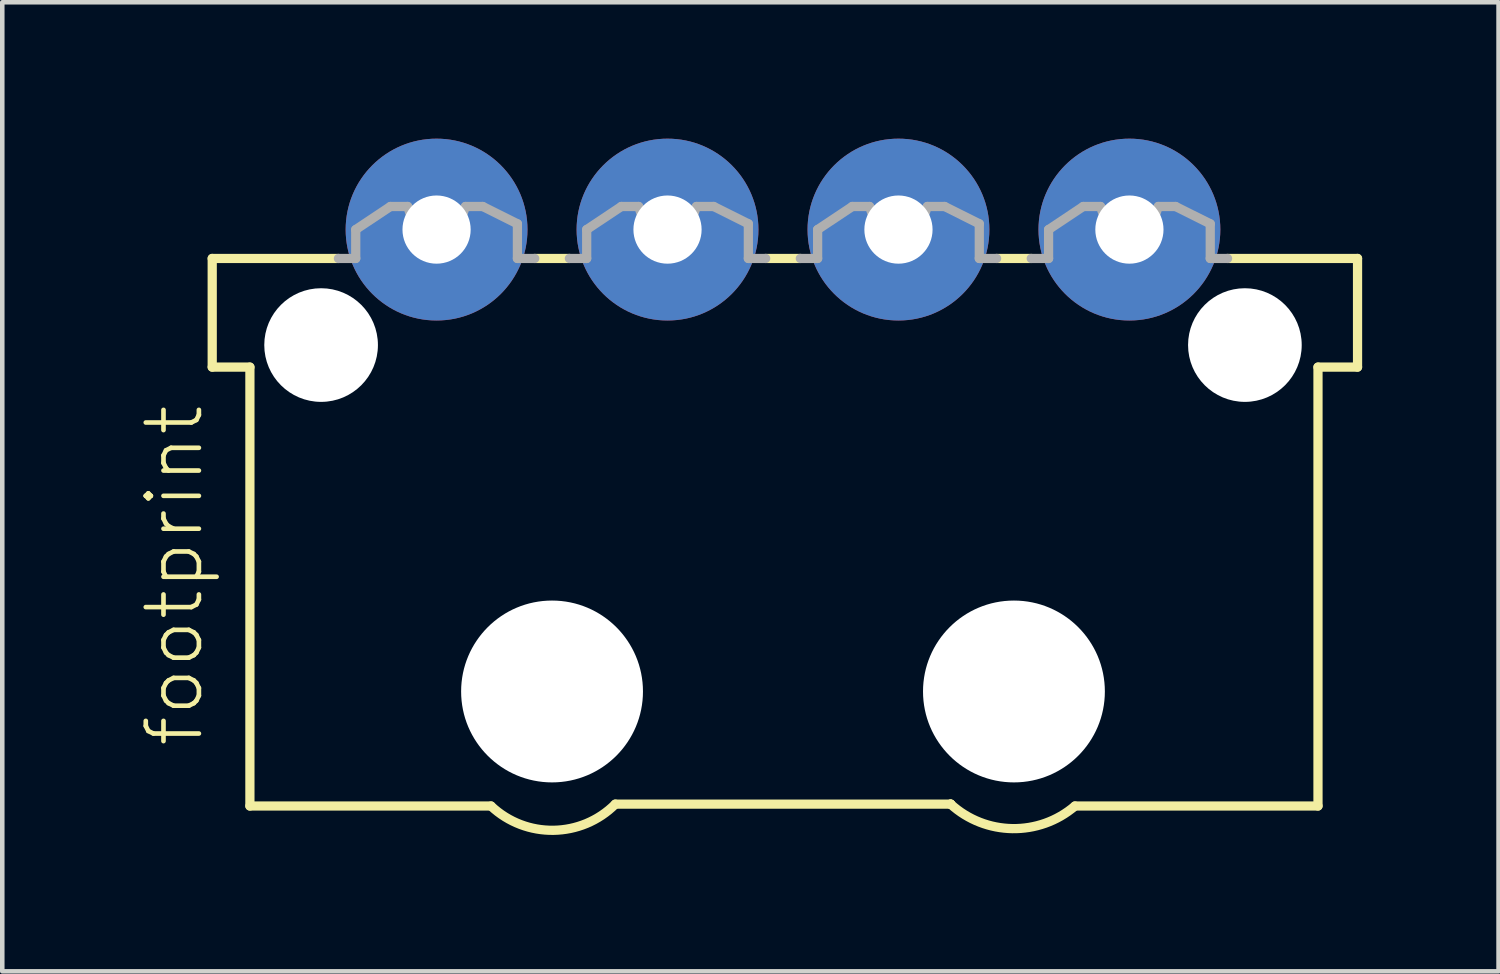
<source format=kicad_pcb>
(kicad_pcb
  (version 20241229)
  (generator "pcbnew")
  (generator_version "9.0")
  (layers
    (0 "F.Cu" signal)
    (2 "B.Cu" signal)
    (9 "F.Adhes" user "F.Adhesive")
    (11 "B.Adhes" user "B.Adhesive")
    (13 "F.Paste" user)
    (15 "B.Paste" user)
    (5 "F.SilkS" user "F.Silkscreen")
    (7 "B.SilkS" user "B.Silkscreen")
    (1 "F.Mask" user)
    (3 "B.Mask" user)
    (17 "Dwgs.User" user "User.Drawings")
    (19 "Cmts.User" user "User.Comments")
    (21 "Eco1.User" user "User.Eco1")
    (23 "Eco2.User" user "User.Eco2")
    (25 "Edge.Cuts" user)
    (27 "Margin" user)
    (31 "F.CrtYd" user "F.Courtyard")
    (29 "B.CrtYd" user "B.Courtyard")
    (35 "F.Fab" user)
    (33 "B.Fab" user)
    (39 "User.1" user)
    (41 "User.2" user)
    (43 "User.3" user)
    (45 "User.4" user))
  (footprint "footprint"
    (layer "F.Cu")
    (at 14.173 2)
    (property "Reference" "footprint" (at -12.7 11.43 90) (layer "F.SilkS") (effects (font (size 1.168 1.168) (thickness 0.102)) (justify left bottom)))
    (fp_line (start -12.555 3.025) (end -12.555 0.635) (stroke (width 0.203) (type solid)) (layer "F.SilkS"))
    (fp_line (start -11.726 3.025) (end -12.555 3.025) (stroke (width 0.203) (type solid)) (layer "F.SilkS"))
    (fp_line (start -11.726 12.679) (end -11.726 3.025) (stroke (width 0.203) (type solid)) (layer "F.SilkS"))
    (fp_line (start -9.779 0.635) (end -12.555 0.635) (stroke (width 0.203) (type solid)) (layer "F.SilkS"))
    (fp_line (start -6.423 12.679) (end -11.726 12.679) (stroke (width 0.203) (type solid)) (layer "F.SilkS"))
    (fp_line (start -4.699 0.635) (end -5.461 0.635) (stroke (width 0.203) (type solid)) (layer "F.SilkS"))
    (fp_line (start 0.381 0.635) (end -0.381 0.635) (stroke (width 0.203) (type solid)) (layer "F.SilkS"))
    (fp_line (start 3.688 12.638) (end 3.688 12.638) (stroke (width 0.203) (type solid)) (layer "F.SilkS"))
    (fp_line (start 3.688 12.638) (end -3.688 12.638) (stroke (width 0.203) (type solid)) (layer "F.SilkS"))
    (fp_line (start 5.461 0.635) (end 4.699 0.635) (stroke (width 0.203) (type solid)) (layer "F.SilkS"))
    (fp_line (start 9.779 0.635) (end 12.638 0.635) (stroke (width 0.203) (type solid)) (layer "F.SilkS"))
    (fp_line (start 11.768 3.025) (end 11.768 12.679) (stroke (width 0.203) (type solid)) (layer "F.SilkS"))
    (fp_line (start 11.768 12.679) (end 6.423 12.679) (stroke (width 0.203) (type solid)) (layer "F.SilkS"))
    (fp_line (start 12.638 0.635) (end 12.638 3.025) (stroke (width 0.203) (type solid)) (layer "F.SilkS"))
    (fp_line (start 12.638 3.025) (end 11.768 3.025) (stroke (width 0.203) (type solid)) (layer "F.SilkS"))
    (fp_arc (start -3.6878 12.638) (mid -5.046798 13.213697) (end -6.4226 12.6794) (stroke (width 0.2032) (type solid)) (layer "F.SilkS"))
    (fp_arc (start 3.6878 12.6379) (mid 3.687831 12.637946) (end 3.6878 12.638) (stroke (width 0.2032) (type solid)) (layer "F.SilkS"))
    (fp_arc (start 6.4226 12.6794) (mid 5.047357 13.176727) (end 3.687799 12.637999) (stroke (width 0.2032) (type solid)) (layer "F.SilkS"))
    (fp_line (start -9.398 0) (end -9.398 0.635) (stroke (width 0.203) (type solid)) (layer "F.Fab"))
    (fp_line (start -9.398 0.635) (end -9.779 0.635) (stroke (width 0.203) (type solid)) (layer "F.Fab"))
    (fp_line (start -8.636 -0.508) (end -9.398 0) (stroke (width 0.203) (type solid)) (layer "F.Fab"))
    (fp_line (start -8.255 -0.508) (end -8.636 -0.508) (stroke (width 0.203) (type solid)) (layer "F.Fab"))
    (fp_line (start -8.128 -0.127) (end -8.255 -0.508) (stroke (width 0.203) (type solid)) (layer "F.Fab"))
    (fp_line (start -7.112 -0.127) (end -8.128 -0.127) (stroke (width 0.203) (type solid)) (layer "F.Fab"))
    (fp_line (start -6.985 -0.508) (end -7.112 -0.127) (stroke (width 0.203) (type solid)) (layer "F.Fab"))
    (fp_line (start -6.604 -0.508) (end -6.985 -0.508) (stroke (width 0.203) (type solid)) (layer "F.Fab"))
    (fp_line (start -5.842 -0.127) (end -6.604 -0.508) (stroke (width 0.203) (type solid)) (layer "F.Fab"))
    (fp_line (start -5.842 0.635) (end -5.842 -0.127) (stroke (width 0.203) (type solid)) (layer "F.Fab"))
    (fp_line (start -5.461 0.635) (end -5.842 0.635) (stroke (width 0.203) (type solid)) (layer "F.Fab"))
    (fp_line (start -4.318 0) (end -4.318 0.635) (stroke (width 0.203) (type solid)) (layer "F.Fab"))
    (fp_line (start -4.318 0.635) (end -4.699 0.635) (stroke (width 0.203) (type solid)) (layer "F.Fab"))
    (fp_line (start -3.556 -0.508) (end -4.318 0) (stroke (width 0.203) (type solid)) (layer "F.Fab"))
    (fp_line (start -3.175 -0.508) (end -3.556 -0.508) (stroke (width 0.203) (type solid)) (layer "F.Fab"))
    (fp_line (start -3.048 -0.127) (end -3.175 -0.508) (stroke (width 0.203) (type solid)) (layer "F.Fab"))
    (fp_line (start -2.032 -0.127) (end -3.048 -0.127) (stroke (width 0.203) (type solid)) (layer "F.Fab"))
    (fp_line (start -1.905 -0.508) (end -2.032 -0.127) (stroke (width 0.203) (type solid)) (layer "F.Fab"))
    (fp_line (start -1.524 -0.508) (end -1.905 -0.508) (stroke (width 0.203) (type solid)) (layer "F.Fab"))
    (fp_line (start -0.762 -0.127) (end -1.524 -0.508) (stroke (width 0.203) (type solid)) (layer "F.Fab"))
    (fp_line (start -0.762 0.635) (end -0.762 -0.127) (stroke (width 0.203) (type solid)) (layer "F.Fab"))
    (fp_line (start -0.381 0.635) (end -0.762 0.635) (stroke (width 0.203) (type solid)) (layer "F.Fab"))
    (fp_line (start 0.762 0) (end 0.762 0.635) (stroke (width 0.203) (type solid)) (layer "F.Fab"))
    (fp_line (start 0.762 0.635) (end 0.381 0.635) (stroke (width 0.203) (type solid)) (layer "F.Fab"))
    (fp_line (start 1.524 -0.508) (end 0.762 0) (stroke (width 0.203) (type solid)) (layer "F.Fab"))
    (fp_line (start 1.905 -0.508) (end 1.524 -0.508) (stroke (width 0.203) (type solid)) (layer "F.Fab"))
    (fp_line (start 2.032 -0.127) (end 1.905 -0.508) (stroke (width 0.203) (type solid)) (layer "F.Fab"))
    (fp_line (start 3.048 -0.127) (end 2.032 -0.127) (stroke (width 0.203) (type solid)) (layer "F.Fab"))
    (fp_line (start 3.175 -0.508) (end 3.048 -0.127) (stroke (width 0.203) (type solid)) (layer "F.Fab"))
    (fp_line (start 3.556 -0.508) (end 3.175 -0.508) (stroke (width 0.203) (type solid)) (layer "F.Fab"))
    (fp_line (start 4.318 -0.127) (end 3.556 -0.508) (stroke (width 0.203) (type solid)) (layer "F.Fab"))
    (fp_line (start 4.318 0.635) (end 4.318 -0.127) (stroke (width 0.203) (type solid)) (layer "F.Fab"))
    (fp_line (start 4.699 0.635) (end 4.318 0.635) (stroke (width 0.203) (type solid)) (layer "F.Fab"))
    (fp_line (start 5.842 0) (end 5.842 0.635) (stroke (width 0.203) (type solid)) (layer "F.Fab"))
    (fp_line (start 5.842 0.635) (end 5.461 0.635) (stroke (width 0.203) (type solid)) (layer "F.Fab"))
    (fp_line (start 6.604 -0.508) (end 5.842 0) (stroke (width 0.203) (type solid)) (layer "F.Fab"))
    (fp_line (start 6.985 -0.508) (end 6.604 -0.508) (stroke (width 0.203) (type solid)) (layer "F.Fab"))
    (fp_line (start 7.112 -0.127) (end 6.985 -0.508) (stroke (width 0.203) (type solid)) (layer "F.Fab"))
    (fp_line (start 8.128 -0.127) (end 7.112 -0.127) (stroke (width 0.203) (type solid)) (layer "F.Fab"))
    (fp_line (start 8.255 -0.508) (end 8.128 -0.127) (stroke (width 0.203) (type solid)) (layer "F.Fab"))
    (fp_line (start 8.636 -0.508) (end 8.255 -0.508) (stroke (width 0.203) (type solid)) (layer "F.Fab"))
    (fp_line (start 9.398 -0.127) (end 8.636 -0.508) (stroke (width 0.203) (type solid)) (layer "F.Fab"))
    (fp_line (start 9.398 0.635) (end 9.398 -0.127) (stroke (width 0.203) (type solid)) (layer "F.Fab"))
    (fp_line (start 9.779 0.635) (end 9.398 0.635) (stroke (width 0.203) (type solid)) (layer "F.Fab"))
    (pad "" np_thru_hole circle (at -10.16 2.54) (size 2.5 2.5) (drill 2.5) (layers "*.Cu" "*.Mask"))
    (pad "" np_thru_hole circle (at -5.08 10.16) (size 4 4) (drill 4) (layers "*.Cu" "*.Mask"))
    (pad "" np_thru_hole circle (at 5.08 10.16) (size 4 4) (drill 4) (layers "*.Cu" "*.Mask"))
    (pad "" np_thru_hole circle (at 10.16 2.54) (size 2.5 2.5) (drill 2.5) (layers "*.Cu" "*.Mask"))
    (pad "1" thru_hole circle (at -7.62 0) (size 4 4) (drill 1.5) (layers "*.Cu" "*.Mask"))
    (pad "2" thru_hole circle (at -2.54 0) (size 4 4) (drill 1.5) (layers "*.Cu" "*.Mask"))
    (pad "3" thru_hole circle (at 2.54 0) (size 4 4) (drill 1.5) (layers "*.Cu" "*.Mask"))
    (pad "4" thru_hole circle (at 7.62 0) (size 4 4) (drill 1.5) (layers "*.Cu" "*.Mask")))
  (gr_rect
    (start -3 -3)
    (end 29.913 18.316)
    (stroke (width 0.1) (type default))
    (fill no)
    (layer "Edge.Cuts")))
</source>
